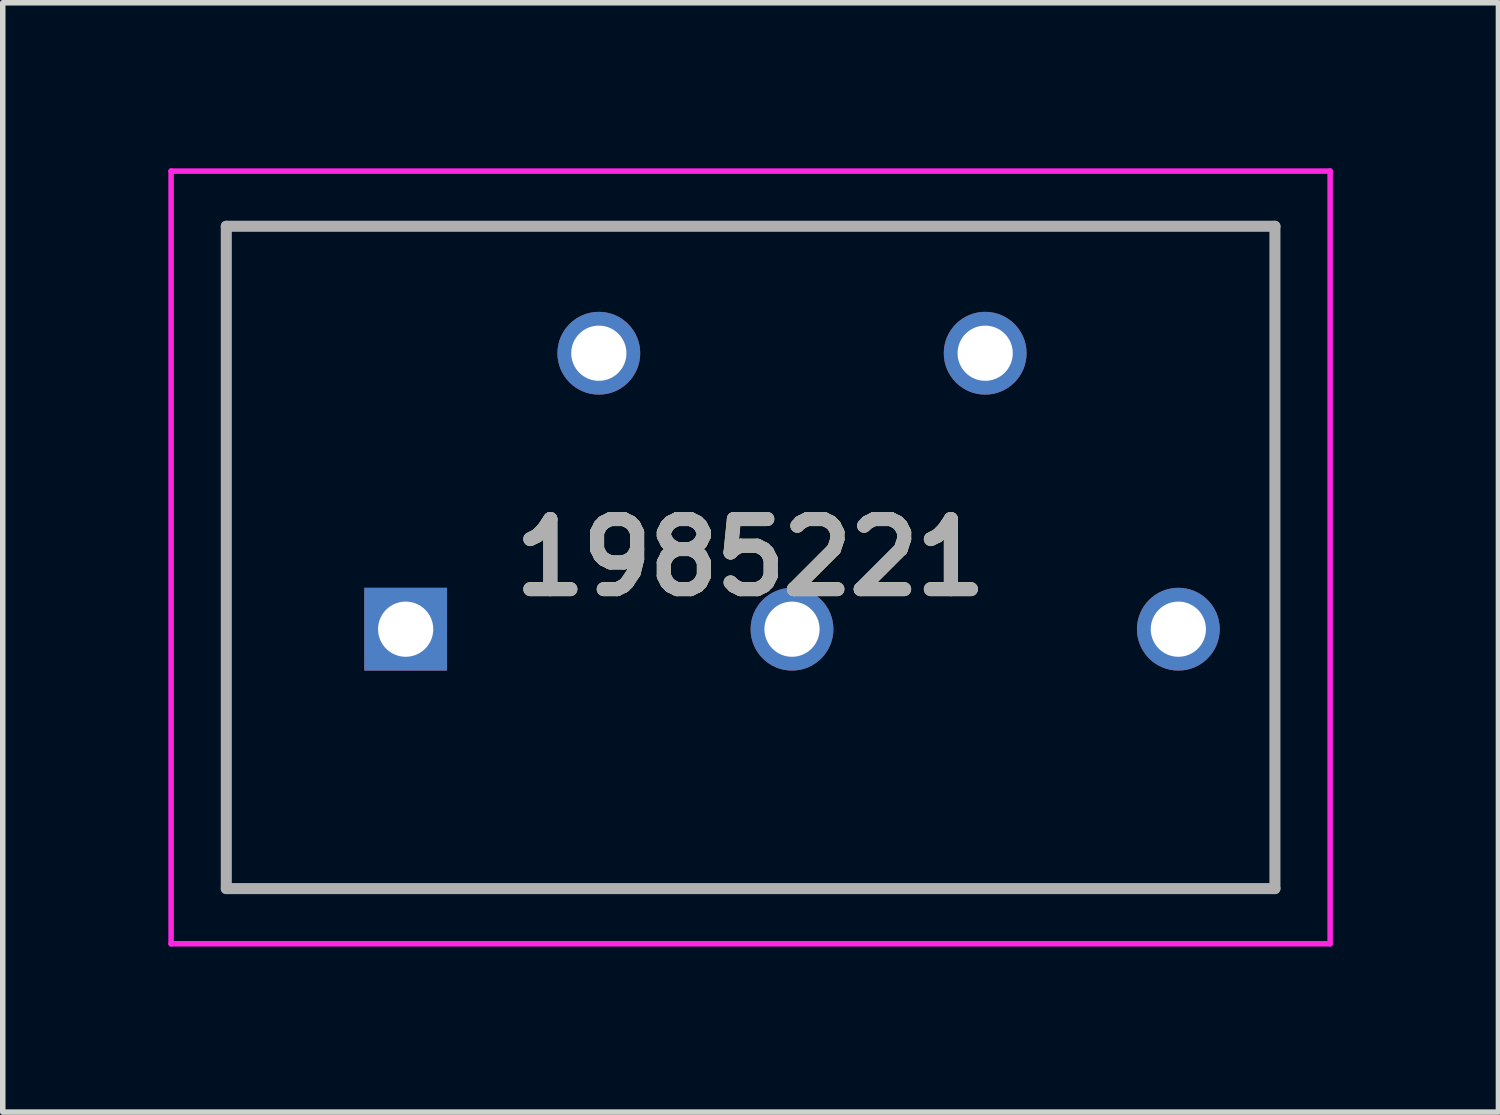
<source format=kicad_pcb>
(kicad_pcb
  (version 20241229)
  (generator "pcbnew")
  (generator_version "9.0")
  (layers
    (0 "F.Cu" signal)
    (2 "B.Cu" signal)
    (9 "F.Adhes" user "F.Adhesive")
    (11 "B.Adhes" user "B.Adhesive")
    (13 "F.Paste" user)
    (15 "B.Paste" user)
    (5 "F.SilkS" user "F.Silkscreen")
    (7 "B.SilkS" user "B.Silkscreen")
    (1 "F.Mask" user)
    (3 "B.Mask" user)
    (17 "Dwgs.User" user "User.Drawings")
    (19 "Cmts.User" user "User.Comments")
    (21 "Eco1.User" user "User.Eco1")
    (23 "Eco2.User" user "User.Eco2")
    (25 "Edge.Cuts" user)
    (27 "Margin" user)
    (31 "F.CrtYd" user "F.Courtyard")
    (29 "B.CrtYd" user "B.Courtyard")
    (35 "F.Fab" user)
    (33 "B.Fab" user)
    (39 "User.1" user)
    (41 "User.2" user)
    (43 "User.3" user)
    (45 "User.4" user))
  (footprint "1985221"
    (layer "F.Cu")
    (at 4.3 8.35)
    (property "Reference" "1985221" (at 6.25 -1.3 0) (layer "F.SilkS") (effects (font (size 1.27 1.27) (thickness 0.254))))
    (attr through_hole)
    (fp_line (start -3.25 -7.3) (end 15.75 -7.3) (stroke (width 0.1) (type solid)) (layer "F.SilkS"))
    (fp_line (start -3.25 4.7) (end -3.25 -7.3) (stroke (width 0.1) (type solid)) (layer "F.SilkS"))
    (fp_line (start 15.75 -7.3) (end 15.75 4.7) (stroke (width 0.1) (type solid)) (layer "F.SilkS"))
    (fp_line (start 15.75 4.7) (end -3.25 4.7) (stroke (width 0.1) (type solid)) (layer "F.SilkS"))
    (fp_line (start -4.25 -8.3) (end 16.75 -8.3) (stroke (width 0.1) (type solid)) (layer "F.CrtYd"))
    (fp_line (start -4.25 5.7) (end -4.25 -8.3) (stroke (width 0.1) (type solid)) (layer "F.CrtYd"))
    (fp_line (start 16.75 -8.3) (end 16.75 5.7) (stroke (width 0.1) (type solid)) (layer "F.CrtYd"))
    (fp_line (start 16.75 5.7) (end -4.25 5.7) (stroke (width 0.1) (type solid)) (layer "F.CrtYd"))
    (fp_line (start -3.25 -7.3) (end 15.75 -7.3) (stroke (width 0.2) (type solid)) (layer "F.Fab"))
    (fp_line (start -3.25 4.7) (end -3.25 -7.3) (stroke (width 0.2) (type solid)) (layer "F.Fab"))
    (fp_line (start 15.75 -7.3) (end 15.75 4.7) (stroke (width 0.2) (type solid)) (layer "F.Fab"))
    (fp_line (start 15.75 4.7) (end -3.25 4.7) (stroke (width 0.2) (type solid)) (layer "F.Fab"))
    (fp_text user "${REFERENCE}" (at 6.25 -1.3 0) (layer "F.Fab") (effects (font (size 1.27 1.27) (thickness 0.254))))
    (pad "1" thru_hole rect (at 0 0) (size 1.5 1.5) (drill 1) (layers "*.Cu" "*.Mask"))
    (pad "2" thru_hole circle (at 3.5 -5) (size 1.5 1.5) (drill 1) (layers "*.Cu" "*.Mask"))
    (pad "3" thru_hole circle (at 7 0) (size 1.5 1.5) (drill 1) (layers "*.Cu" "*.Mask"))
    (pad "4" thru_hole circle (at 10.5 -5) (size 1.5 1.5) (drill 1) (layers "*.Cu" "*.Mask"))
    (pad "5" thru_hole circle (at 14 0) (size 1.5 1.5) (drill 1) (layers "*.Cu" "*.Mask")))
  (gr_rect
    (start -3 -3)
    (end 24.1 17.1)
    (stroke (width 0.1) (type default))
    (fill no)
    (layer "Edge.Cuts")))
</source>
